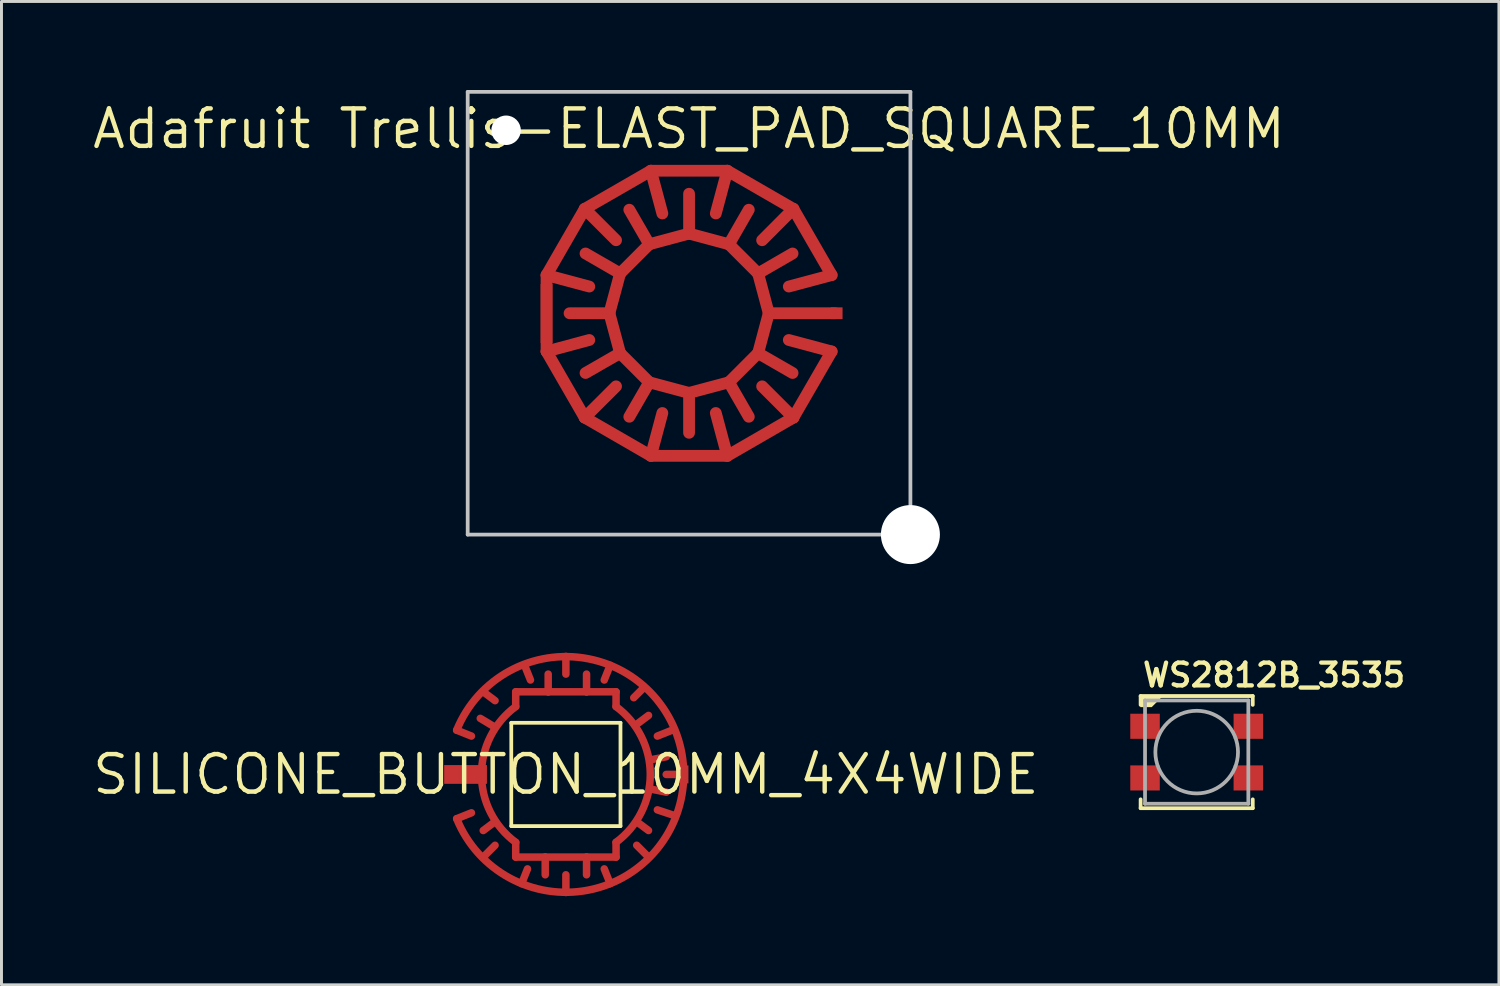
<source format=kicad_pcb>
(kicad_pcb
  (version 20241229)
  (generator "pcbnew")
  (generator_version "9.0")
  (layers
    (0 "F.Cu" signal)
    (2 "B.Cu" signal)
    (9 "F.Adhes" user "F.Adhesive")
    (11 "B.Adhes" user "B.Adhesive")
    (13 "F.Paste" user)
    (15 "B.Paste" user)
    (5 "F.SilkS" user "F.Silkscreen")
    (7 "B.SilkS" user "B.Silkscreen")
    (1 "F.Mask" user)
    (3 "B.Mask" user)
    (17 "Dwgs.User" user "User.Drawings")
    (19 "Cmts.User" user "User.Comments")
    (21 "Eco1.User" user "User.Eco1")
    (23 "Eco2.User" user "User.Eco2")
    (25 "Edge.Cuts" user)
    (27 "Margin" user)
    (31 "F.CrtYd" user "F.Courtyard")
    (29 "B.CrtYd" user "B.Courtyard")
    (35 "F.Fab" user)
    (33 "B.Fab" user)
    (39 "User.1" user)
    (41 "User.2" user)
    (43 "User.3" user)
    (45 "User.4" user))
  (footprint "Adafruit Trellis-ELAST_PAD_SQUARE_10MM"
    (layer "F.Cu")
    (at 20.297 7.563)
    (property "Reference" "Adafruit Trellis-ELAST_PAD_SQUARE_10MM" (at 0 -6.25 0) (layer "F.SilkS") (effects (font (size 1.27 1.27) (thickness 0.15))))
    (attr smd)
    (fp_line (start -4.828 -1.292) (end -4.828 1.296) (stroke (width 0.399) (type solid)) (layer "F.Cu"))
    (fp_line (start -4.828 1.296) (end -3.535 3.536) (stroke (width 0.399) (type solid)) (layer "F.Cu"))
    (fp_line (start -3.535 -3.535) (end -4.828 -1.292) (stroke (width 0.399) (type solid)) (layer "F.Cu"))
    (fp_line (start -3.535 3.536) (end -1.292 4.832) (stroke (width 0.399) (type solid)) (layer "F.Cu"))
    (fp_line (start -3.38 -0.904) (end -4.828 -1.292) (stroke (width 0.399) (type solid)) (layer "F.Cu"))
    (fp_line (start -3.38 0.907) (end -4.828 1.296) (stroke (width 0.399) (type solid)) (layer "F.Cu"))
    (fp_line (start -2.699 0.001) (end -4.048 0.001) (stroke (width 0.399) (type solid)) (layer "F.Cu"))
    (fp_line (start -2.699 0.001) (end -2.336 1.352) (stroke (width 0.399) (type solid)) (layer "F.Cu"))
    (fp_line (start -2.473 -2.473) (end -3.535 -3.535) (stroke (width 0.399) (type solid)) (layer "F.Cu"))
    (fp_line (start -2.473 2.477) (end -3.535 3.536) (stroke (width 0.399) (type solid)) (layer "F.Cu"))
    (fp_line (start -2.336 -1.348) (end -3.507 -2.024) (stroke (width 0.399) (type solid)) (layer "F.Cu"))
    (fp_line (start -2.336 -1.348) (end -2.699 0.001) (stroke (width 0.399) (type solid)) (layer "F.Cu"))
    (fp_line (start -2.336 1.352) (end -3.507 2.025) (stroke (width 0.399) (type solid)) (layer "F.Cu"))
    (fp_line (start -2.336 1.352) (end -1.348 2.34) (stroke (width 0.399) (type solid)) (layer "F.Cu"))
    (fp_line (start -1.348 -2.336) (end -2.336 -1.348) (stroke (width 0.399) (type solid)) (layer "F.Cu"))
    (fp_line (start -1.348 -2.336) (end -2.024 -3.507) (stroke (width 0.399) (type solid)) (layer "F.Cu"))
    (fp_line (start -1.348 2.34) (end -2.024 3.508) (stroke (width 0.399) (type solid)) (layer "F.Cu"))
    (fp_line (start -1.348 2.34) (end 0.001 2.701) (stroke (width 0.399) (type solid)) (layer "F.Cu"))
    (fp_line (start -1.292 -4.828) (end -3.535 -3.535) (stroke (width 0.399) (type solid)) (layer "F.Cu"))
    (fp_line (start -1.292 4.832) (end 1.296 4.832) (stroke (width 0.399) (type solid)) (layer "F.Cu"))
    (fp_line (start -0.904 -3.38) (end -1.292 -4.828) (stroke (width 0.399) (type solid)) (layer "F.Cu"))
    (fp_line (start -0.904 3.381) (end -1.292 4.832) (stroke (width 0.399) (type solid)) (layer "F.Cu"))
    (fp_line (start 0.001 -2.699) (end -1.348 -2.336) (stroke (width 0.399) (type solid)) (layer "F.Cu"))
    (fp_line (start 0.001 -2.699) (end 0.001 -4.048) (stroke (width 0.399) (type solid)) (layer "F.Cu"))
    (fp_line (start 0.001 2.701) (end 0.001 4.052) (stroke (width 0.399) (type solid)) (layer "F.Cu"))
    (fp_line (start 0.001 2.701) (end 1.352 2.34) (stroke (width 0.399) (type solid)) (layer "F.Cu"))
    (fp_line (start 0.907 -3.38) (end 1.296 -4.828) (stroke (width 0.399) (type solid)) (layer "F.Cu"))
    (fp_line (start 0.907 3.381) (end 1.296 4.832) (stroke (width 0.399) (type solid)) (layer "F.Cu"))
    (fp_line (start 1.296 -4.828) (end -1.292 -4.828) (stroke (width 0.399) (type solid)) (layer "F.Cu"))
    (fp_line (start 1.296 4.832) (end 3.536 3.536) (stroke (width 0.399) (type solid)) (layer "F.Cu"))
    (fp_line (start 1.352 -2.336) (end 0.001 -2.699) (stroke (width 0.399) (type solid)) (layer "F.Cu"))
    (fp_line (start 1.352 -2.336) (end 2.025 -3.507) (stroke (width 0.399) (type solid)) (layer "F.Cu"))
    (fp_line (start 1.352 2.34) (end 2.025 3.508) (stroke (width 0.399) (type solid)) (layer "F.Cu"))
    (fp_line (start 1.352 2.34) (end 2.34 1.352) (stroke (width 0.399) (type solid)) (layer "F.Cu"))
    (fp_line (start 2.34 -1.348) (end 1.352 -2.336) (stroke (width 0.399) (type solid)) (layer "F.Cu"))
    (fp_line (start 2.34 -1.348) (end 3.508 -2.024) (stroke (width 0.399) (type solid)) (layer "F.Cu"))
    (fp_line (start 2.34 1.352) (end 2.701 0.001) (stroke (width 0.399) (type solid)) (layer "F.Cu"))
    (fp_line (start 2.34 1.352) (end 3.508 2.025) (stroke (width 0.399) (type solid)) (layer "F.Cu"))
    (fp_line (start 2.477 -2.473) (end 3.536 -3.535) (stroke (width 0.399) (type solid)) (layer "F.Cu"))
    (fp_line (start 2.477 2.477) (end 3.536 3.536) (stroke (width 0.399) (type solid)) (layer "F.Cu"))
    (fp_line (start 2.701 0.001) (end 2.34 -1.348) (stroke (width 0.399) (type solid)) (layer "F.Cu"))
    (fp_line (start 2.701 0.001) (end 4.951 0.001) (stroke (width 0.399) (type solid)) (layer "F.Cu"))
    (fp_line (start 3.381 -0.904) (end 4.832 -1.292) (stroke (width 0.399) (type solid)) (layer "F.Cu"))
    (fp_line (start 3.381 0.907) (end 4.832 1.296) (stroke (width 0.399) (type solid)) (layer "F.Cu"))
    (fp_line (start 3.536 -3.535) (end 1.296 -4.828) (stroke (width 0.399) (type solid)) (layer "F.Cu"))
    (fp_line (start 3.536 3.536) (end 4.832 1.296) (stroke (width 0.399) (type solid)) (layer "F.Cu"))
    (fp_line (start 4.832 -1.292) (end 3.536 -3.535) (stroke (width 0.399) (type solid)) (layer "F.Cu"))
    (fp_circle (center 0.001 0.001) (end 0.001 -3.799) (stroke (width 3) (type solid)) (fill no) (layer "F.Mask"))
    (fp_line (start -7.5 -7.5) (end 7.501 -7.5) (stroke (width 0.127) (type solid)) (layer "Dwgs.User"))
    (fp_line (start -7.5 7.501) (end -7.5 -7.5) (stroke (width 0.127) (type solid)) (layer "Dwgs.User"))
    (fp_line (start -7.5 7.501) (end 7.501 7.501) (stroke (width 0.127) (type solid)) (layer "Dwgs.User"))
    (fp_line (start 7.501 7.501) (end 7.501 -7.5) (stroke (width 0.127) (type solid)) (layer "Dwgs.User"))
    (pad "" np_thru_hole circle (at -6.199 -6.199) (size 0.998 0.998) (drill 0.998) (layers "*.Cu" "*.Mask"))
    (pad "" np_thru_hole circle (at 7.501 7.501) (size 1.999 1.999) (drill 1.999) (layers "*.Cu" "*.Mask"))
    (pad "A13" smd rect (at 5.002 0.001) (size 0.399 0.399) (layers "F.Cu" "F.Mask" "F.Paste"))
    (pad "B13" smd rect (at -4.828 0.011 90) (size 1.999 0.399) (layers "F.Cu" "F.Mask" "F.Paste")))
  (footprint "WS2812B_3535"
    (layer "F.Cu")
    (at 37.498 22.434)
    (property "Reference" "WS2812B_3535" (at -1.905 -2.159 0) (layer "F.SilkS") (effects (font (size 0.772 0.772) (thickness 0.146)) (justify left bottom)))
    (attr through_hole)
    (fp_line (start -1.9 -1.9) (end 1.9 -1.9) (stroke (width 0.127) (type solid)) (layer "F.SilkS"))
    (fp_line (start -1.9 -1.6) (end -1.9 -1.9) (stroke (width 0.127) (type solid)) (layer "F.SilkS"))
    (fp_line (start -1.9 1.6) (end -1.9 1.9) (stroke (width 0.127) (type solid)) (layer "F.SilkS"))
    (fp_line (start -1.9 1.9) (end 1.9 1.9) (stroke (width 0.127) (type solid)) (layer "F.SilkS"))
    (fp_line (start 1.9 -1.9) (end 1.9 -1.6) (stroke (width 0.127) (type solid)) (layer "F.SilkS"))
    (fp_line (start 1.9 1.9) (end 1.9 1.6) (stroke (width 0.127) (type solid)) (layer "F.SilkS"))
    (fp_poly (pts (xy -1.905 -1.905) (xy -1.905 -1.524) (xy -1.524 -1.524) (xy -1.143 -1.905)) (stroke (width 0) (type solid)) (fill yes) (layer "F.SilkS"))
    (fp_line (start -1.75 -1.75) (end 1.75 -1.75) (stroke (width 0.127) (type solid)) (layer "F.Fab"))
    (fp_line (start -1.75 1.75) (end -1.75 -1.75) (stroke (width 0.127) (type solid)) (layer "F.Fab"))
    (fp_line (start 1.75 -1.75) (end 1.75 1.75) (stroke (width 0.127) (type solid)) (layer "F.Fab"))
    (fp_line (start 1.75 1.75) (end -1.75 1.75) (stroke (width 0.127) (type solid)) (layer "F.Fab"))
    (fp_circle (center 0 0) (end 1.4 0) (stroke (width 0.127) (type solid)) (fill no) (layer "F.Fab"))
    (pad "1" smd rect (at -1.75 -0.875 90) (size 0.85 1) (layers "F.Cu" "F.Mask" "F.Paste"))
    (pad "2" smd rect (at -1.75 0.875 90) (size 0.85 1) (layers "F.Cu" "F.Mask" "F.Paste"))
    (pad "3" smd rect (at 1.75 0.875 90) (size 0.85 1) (layers "F.Cu" "F.Mask" "F.Paste"))
    (pad "4" smd rect (at 1.75 -0.875 90) (size 0.85 1) (layers "F.Cu" "F.Mask" "F.Paste")))
  (footprint "SILICONE_BUTTON_10MM_4X4WIDE"
    (layer "F.Cu")
    (at 16.124 23.191)
    (property "Reference" "SILICONE_BUTTON_10MM_4X4WIDE" (at 0 0 0) (layer "F.SilkS") (effects (font (size 1.27 1.27) (thickness 0.15))))
    (attr through_hole)
    (fp_line (start -3.7 -1.5) (end -3.2 -1.3) (stroke (width 0.254) (type solid)) (layer "F.Cu"))
    (fp_line (start -3.7 1.5) (end -3.2 1.3) (stroke (width 0.254) (type solid)) (layer "F.Cu"))
    (fp_line (start -2.8 -2.8) (end -2.4 -2.5) (stroke (width 0.254) (type solid)) (layer "F.Cu"))
    (fp_line (start -2.8 2.8) (end -2.4 2.4) (stroke (width 0.254) (type solid)) (layer "F.Cu"))
    (fp_line (start -2.4 -1.6) (end -2.9 -1.9) (stroke (width 0.254) (type solid)) (layer "F.Cu"))
    (fp_line (start -2.4 1.6) (end -2.8 1.9) (stroke (width 0.254) (type solid)) (layer "F.Cu"))
    (fp_line (start -1.7 -2.3) (end -1.7 -2.8) (stroke (width 0.254) (type solid)) (layer "F.Cu"))
    (fp_line (start -1.7 2.3) (end -1.7 2.8) (stroke (width 0.254) (type solid)) (layer "F.Cu"))
    (fp_line (start -1.5 3.7) (end -1.3 3.2) (stroke (width 0.254) (type solid)) (layer "F.Cu"))
    (fp_line (start -1.4 -3.7) (end -1.2 -3.2) (stroke (width 0.254) (type solid)) (layer "F.Cu"))
    (fp_line (start -0.7 2.8) (end -1.7 2.8) (stroke (width 0.254) (type solid)) (layer "F.Cu"))
    (fp_line (start -0.7 2.8) (end -0.7 3.4) (stroke (width 0.254) (type solid)) (layer "F.Cu"))
    (fp_line (start -0.6 -2.8) (end -1.7 -2.8) (stroke (width 0.254) (type solid)) (layer "F.Cu"))
    (fp_line (start -0.6 -2.8) (end -0.6 -3.4) (stroke (width 0.254) (type solid)) (layer "F.Cu"))
    (fp_line (start 0 -4) (end 0 -3.4) (stroke (width 0.254) (type solid)) (layer "F.Cu"))
    (fp_line (start 0 4) (end 0 3.4) (stroke (width 0.254) (type solid)) (layer "F.Cu"))
    (fp_line (start 0.7 -2.8) (end -0.6 -2.8) (stroke (width 0.254) (type solid)) (layer "F.Cu"))
    (fp_line (start 0.7 -2.8) (end 0.7 -3.4) (stroke (width 0.254) (type solid)) (layer "F.Cu"))
    (fp_line (start 0.7 2.8) (end -0.7 2.8) (stroke (width 0.254) (type solid)) (layer "F.Cu"))
    (fp_line (start 0.7 2.8) (end 0.7 3.4) (stroke (width 0.254) (type solid)) (layer "F.Cu"))
    (fp_line (start 1.5 -3.7) (end 1.3 -3.2) (stroke (width 0.254) (type solid)) (layer "F.Cu"))
    (fp_line (start 1.5 3.7) (end 1.3 3.2) (stroke (width 0.254) (type solid)) (layer "F.Cu"))
    (fp_line (start 1.7 -2.8) (end 0.7 -2.8) (stroke (width 0.254) (type solid)) (layer "F.Cu"))
    (fp_line (start 1.7 -2.3) (end 1.7 -2.8) (stroke (width 0.254) (type solid)) (layer "F.Cu"))
    (fp_line (start 1.7 2.3) (end 1.7 2.8) (stroke (width 0.254) (type solid)) (layer "F.Cu"))
    (fp_line (start 1.7 2.8) (end 0.7 2.8) (stroke (width 0.254) (type solid)) (layer "F.Cu"))
    (fp_line (start 2.4 -1.7) (end 2.8 -2) (stroke (width 0.254) (type solid)) (layer "F.Cu"))
    (fp_line (start 2.4 1.6) (end 2.8 1.9) (stroke (width 0.254) (type solid)) (layer "F.Cu"))
    (fp_line (start 2.6 -2.9) (end 2.3 -2.6) (stroke (width 0.254) (type solid)) (layer "F.Cu"))
    (fp_line (start 2.8 2.8) (end 2.4 2.4) (stroke (width 0.254) (type solid)) (layer "F.Cu"))
    (fp_line (start 2.9 -0.5) (end 3.4 -0.6) (stroke (width 0.254) (type solid)) (layer "F.Cu"))
    (fp_line (start 2.9 0.5) (end 3.4 0.6) (stroke (width 0.254) (type solid)) (layer "F.Cu"))
    (fp_line (start 3.6 -1.5) (end 3.1 -1.3) (stroke (width 0.254) (type solid)) (layer "F.Cu"))
    (fp_line (start 3.7 1.4) (end 3.1 1.2) (stroke (width 0.254) (type solid)) (layer "F.Cu"))
    (fp_line (start 4 0) (end 3.4 0) (stroke (width 0.254) (type solid)) (layer "F.Cu"))
    (fp_arc (start -3.700936 -1.497688) (mid 3.992492 -0.001247) (end -3.7 1.5) (stroke (width 0.254) (type solid)) (layer "F.Cu"))
    (fp_arc (start -1.698455 2.301141) (mid -2.86007 0.00096) (end -1.7 -2.3) (stroke (width 0.254) (type solid)) (layer "F.Cu"))
    (fp_arc (start 1.698455 -2.301141) (mid 2.86007 -0.00096) (end 1.7 2.3) (stroke (width 0.254) (type solid)) (layer "F.Cu"))
    (fp_circle (center 0 0) (end 3.421 0) (stroke (width 1.4) (type solid)) (fill no) (layer "F.Mask"))
    (fp_line (start -1.85 -1.75) (end -1.85 1.75) (stroke (width 0.127) (type solid)) (layer "F.SilkS"))
    (fp_line (start -1.85 1.75) (end 1.85 1.75) (stroke (width 0.127) (type solid)) (layer "F.SilkS"))
    (fp_line (start 1.85 -1.75) (end -1.85 -1.75) (stroke (width 0.127) (type solid)) (layer "F.SilkS"))
    (fp_line (start 1.85 1.75) (end 1.85 -1.75) (stroke (width 0.127) (type solid)) (layer "F.SilkS"))
    (pad "1" smd rect (at -3.4 0) (size 1.45 0.635) (layers "F.Cu" "F.Mask"))
    (pad "2" smd rect (at 4 0 90) (size 0.61 0.305) (layers "F.Cu" "F.Mask")))
  (gr_rect
    (start -3 -3)
    (end 47.739 30.318)
    (stroke (width 0.1) (type default))
    (fill no)
    (layer "Edge.Cuts")))
</source>
